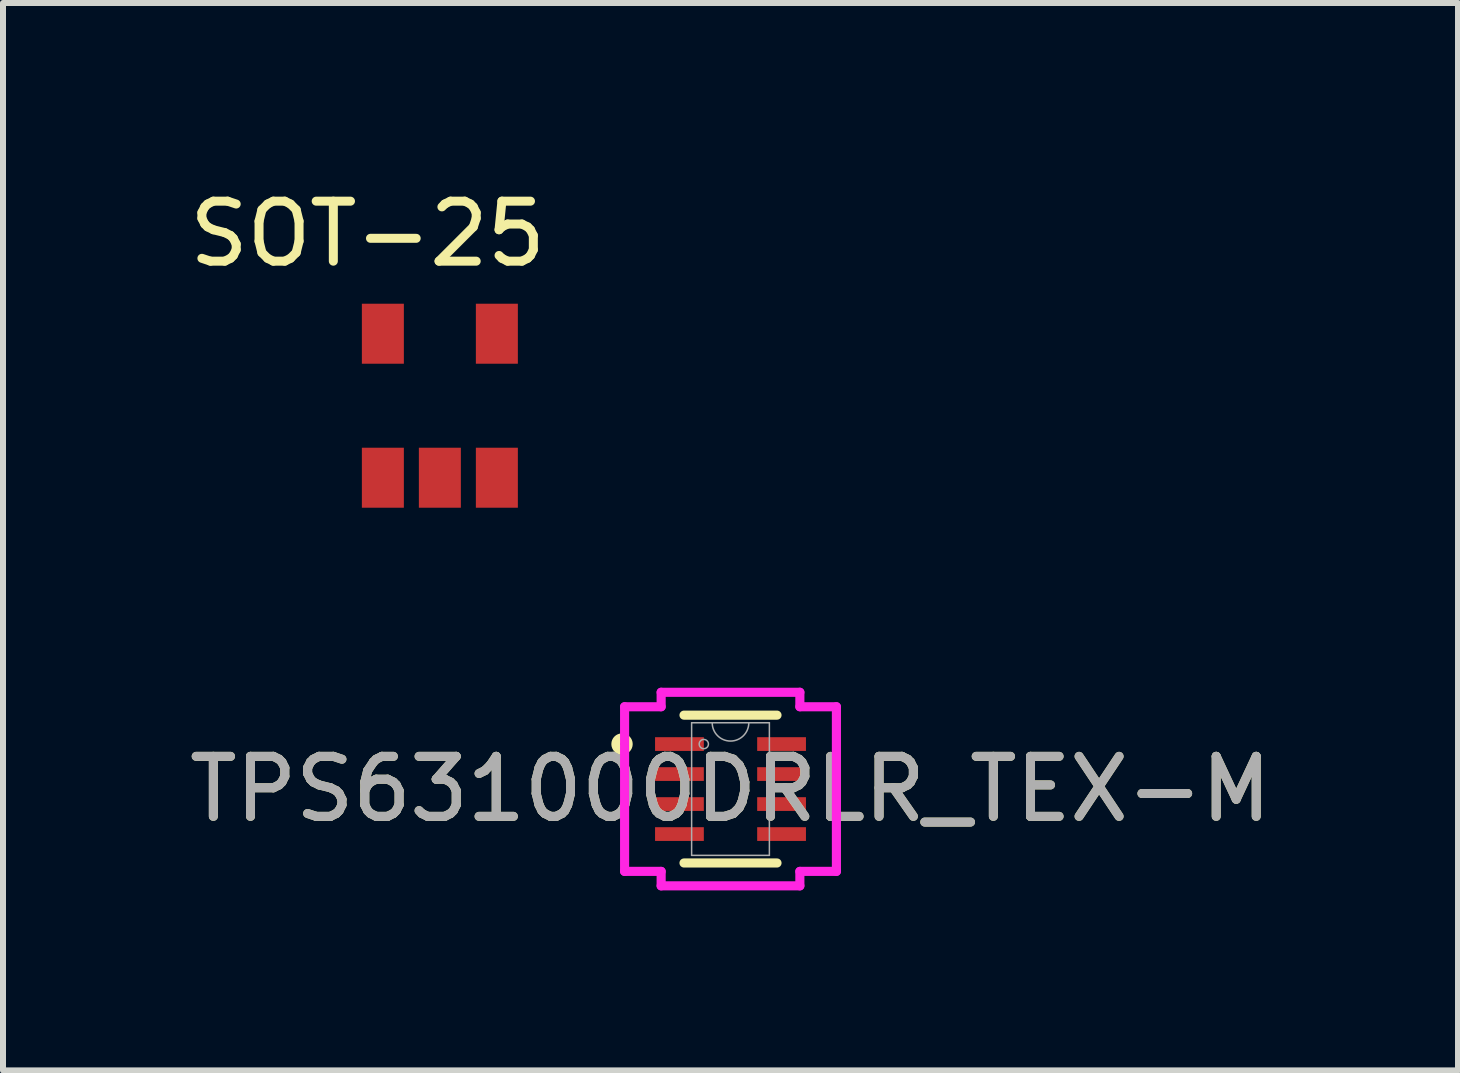
<source format=kicad_pcb>
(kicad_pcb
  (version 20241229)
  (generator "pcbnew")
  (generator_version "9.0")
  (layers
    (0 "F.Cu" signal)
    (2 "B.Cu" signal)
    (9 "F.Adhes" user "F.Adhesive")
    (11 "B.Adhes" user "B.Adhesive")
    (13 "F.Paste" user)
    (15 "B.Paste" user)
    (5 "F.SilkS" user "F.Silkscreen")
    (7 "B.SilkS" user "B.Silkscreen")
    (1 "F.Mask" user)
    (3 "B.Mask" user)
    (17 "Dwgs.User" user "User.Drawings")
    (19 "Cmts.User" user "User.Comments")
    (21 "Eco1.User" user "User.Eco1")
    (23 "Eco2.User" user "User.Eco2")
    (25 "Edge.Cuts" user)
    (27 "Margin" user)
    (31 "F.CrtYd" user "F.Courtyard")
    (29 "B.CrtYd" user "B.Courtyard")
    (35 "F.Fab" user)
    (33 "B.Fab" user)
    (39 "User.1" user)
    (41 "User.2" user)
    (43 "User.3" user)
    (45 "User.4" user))
  (footprint "TPS631000DRLR_TEX-M"
    (layer "F.Cu")
    (at 9.125 10.101)
    (property "Reference" "TPS631000DRLR_TEX-M" (at 0 0 0) (unlocked yes) (layer "F.SilkS") (effects (font (size 1 1) (thickness 0.15))))
    (attr smd)
    (fp_line (start -0.775 1.232) (end 0.775 1.232) (stroke (width 0.152) (type solid)) (layer "F.SilkS"))
    (fp_line (start 0.775 -1.232) (end -0.775 -1.232) (stroke (width 0.152) (type solid)) (layer "F.SilkS"))
    (fp_circle (center -1.808 -0.75) (end -1.706 -0.75) (stroke (width 0.152) (type solid)) (fill no) (layer "F.SilkS"))
    (fp_line (start -1.765 -1.372) (end -1.156 -1.372) (stroke (width 0.152) (type solid)) (layer "F.CrtYd"))
    (fp_line (start -1.765 1.372) (end -1.765 -1.372) (stroke (width 0.152) (type solid)) (layer "F.CrtYd"))
    (fp_line (start -1.765 1.372) (end -1.156 1.372) (stroke (width 0.152) (type solid)) (layer "F.CrtYd"))
    (fp_line (start -1.156 -1.613) (end 1.156 -1.613) (stroke (width 0.152) (type solid)) (layer "F.CrtYd"))
    (fp_line (start -1.156 -1.372) (end -1.156 -1.613) (stroke (width 0.152) (type solid)) (layer "F.CrtYd"))
    (fp_line (start -1.156 1.613) (end -1.156 1.372) (stroke (width 0.152) (type solid)) (layer "F.CrtYd"))
    (fp_line (start 1.156 -1.613) (end 1.156 -1.372) (stroke (width 0.152) (type solid)) (layer "F.CrtYd"))
    (fp_line (start 1.156 1.372) (end 1.156 1.613) (stroke (width 0.152) (type solid)) (layer "F.CrtYd"))
    (fp_line (start 1.156 1.613) (end -1.156 1.613) (stroke (width 0.152) (type solid)) (layer "F.CrtYd"))
    (fp_line (start 1.765 -1.372) (end 1.156 -1.372) (stroke (width 0.152) (type solid)) (layer "F.CrtYd"))
    (fp_line (start 1.765 -1.372) (end 1.765 1.372) (stroke (width 0.152) (type solid)) (layer "F.CrtYd"))
    (fp_line (start 1.765 1.372) (end 1.156 1.372) (stroke (width 0.152) (type solid)) (layer "F.CrtYd"))
    (fp_line (start -0.648 -1.105) (end -0.648 1.105) (stroke (width 0.025) (type solid)) (layer "F.Fab"))
    (fp_line (start -0.648 1.105) (end 0.648 1.105) (stroke (width 0.025) (type solid)) (layer "F.Fab"))
    (fp_line (start 0.648 -1.105) (end -0.648 -1.105) (stroke (width 0.025) (type solid)) (layer "F.Fab"))
    (fp_line (start 0.648 1.105) (end 0.648 -1.105) (stroke (width 0.025) (type solid)) (layer "F.Fab"))
    (fp_arc (start 0.3048 -1.1049) (mid 0 -0.8001) (end -0.3048 -1.1049) (stroke (width 0.0254) (type solid)) (layer "F.Fab"))
    (fp_circle (center -0.445 -0.75) (end -0.368 -0.75) (stroke (width 0.025) (type solid)) (fill no) (layer "F.Fab"))
    (fp_text user "${REFERENCE}" (at 0 0 0) (unlocked yes) (layer "F.Fab") (effects (font (size 1 1) (thickness 0.15))))
    (pad "1" smd rect (at -0.851 -0.75) (size 0.813 0.229) (layers "F.Cu" "F.Mask" "F.Paste"))
    (pad "2" smd rect (at -0.851 -0.25) (size 0.813 0.229) (layers "F.Cu" "F.Mask" "F.Paste"))
    (pad "3" smd rect (at -0.851 0.25) (size 0.813 0.229) (layers "F.Cu" "F.Mask" "F.Paste"))
    (pad "4" smd rect (at -0.851 0.75) (size 0.813 0.229) (layers "F.Cu" "F.Mask" "F.Paste"))
    (pad "5" smd rect (at 0.851 0.75) (size 0.813 0.229) (layers "F.Cu" "F.Mask" "F.Paste"))
    (pad "6" smd rect (at 0.851 0.25) (size 0.813 0.229) (layers "F.Cu" "F.Mask" "F.Paste"))
    (pad "7" smd rect (at 0.851 -0.25) (size 0.813 0.229) (layers "F.Cu" "F.Mask" "F.Paste"))
    (pad "8" smd rect (at 0.851 -0.75) (size 0.813 0.229) (layers "F.Cu" "F.Mask" "F.Paste")))
  (footprint "SOT-25"
    (layer "F.Cu")
    (at 4.347 3.642)
    (property "Reference" "SOT-25" (at -1.27 -2.794 0) (layer "F.SilkS") (effects (font (size 1 1) (thickness 0.15))))
    (attr through_hole)
    (pad "1" smd rect (at -1.016 1.27) (size 0.7 1) (layers "F.Cu" "F.Mask" "F.Paste"))
    (pad "2" smd rect (at -0.066 1.27) (size 0.7 1) (layers "F.Cu" "F.Mask" "F.Paste"))
    (pad "3" smd rect (at 0.884 1.27) (size 0.7 1) (layers "F.Cu" "F.Mask" "F.Paste"))
    (pad "4" smd rect (at 0.884 -1.13) (size 0.7 1) (layers "F.Cu" "F.Mask" "F.Paste"))
    (pad "5" smd rect (at -1.016 -1.13) (size 0.7 1) (layers "F.Cu" "F.Mask" "F.Paste")))
  (gr_rect
    (start -3 -3)
    (end 21.25 14.79)
    (stroke (width 0.1) (type default))
    (fill no)
    (layer "Edge.Cuts")))
</source>
